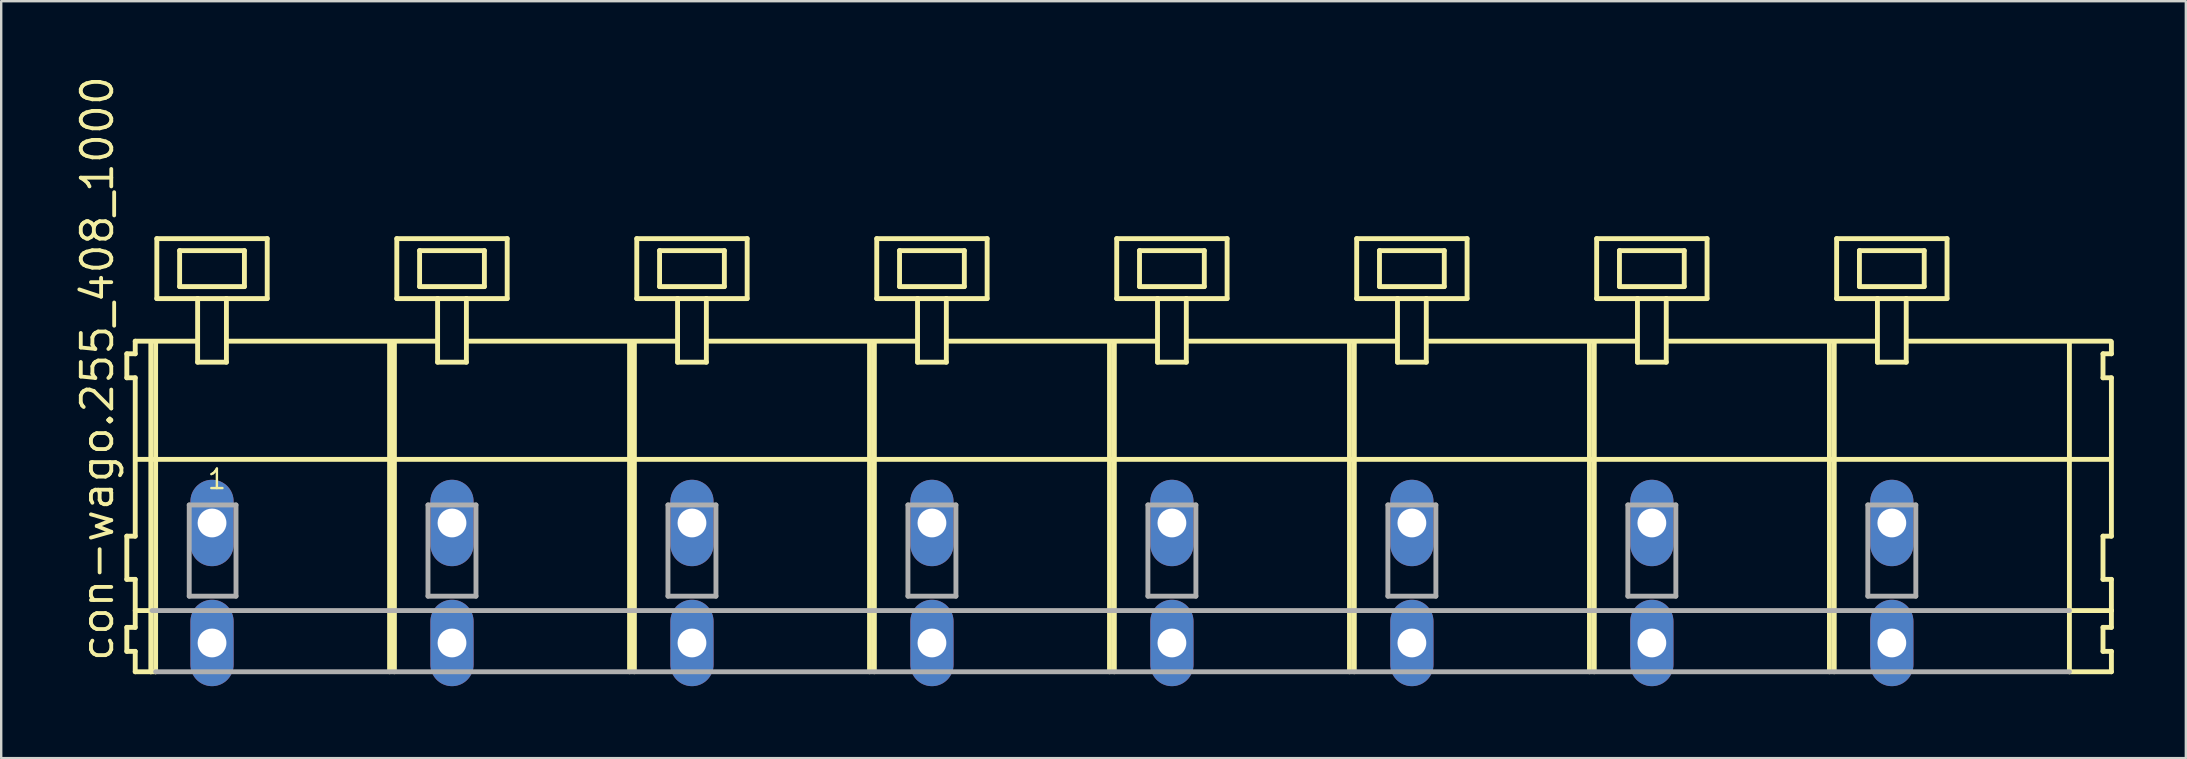
<source format=kicad_pcb>
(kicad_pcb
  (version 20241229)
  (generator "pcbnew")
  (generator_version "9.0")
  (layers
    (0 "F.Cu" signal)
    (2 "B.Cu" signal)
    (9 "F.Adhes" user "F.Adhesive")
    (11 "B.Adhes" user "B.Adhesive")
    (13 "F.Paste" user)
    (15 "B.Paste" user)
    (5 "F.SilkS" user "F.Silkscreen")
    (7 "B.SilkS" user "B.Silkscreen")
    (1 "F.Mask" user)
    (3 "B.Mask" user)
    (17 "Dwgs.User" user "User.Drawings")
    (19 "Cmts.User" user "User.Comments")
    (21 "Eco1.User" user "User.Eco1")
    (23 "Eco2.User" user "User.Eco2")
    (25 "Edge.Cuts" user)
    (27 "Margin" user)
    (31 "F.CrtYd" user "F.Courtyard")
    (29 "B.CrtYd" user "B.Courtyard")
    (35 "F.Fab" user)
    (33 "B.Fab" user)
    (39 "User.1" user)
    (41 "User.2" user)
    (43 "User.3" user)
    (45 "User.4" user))
  (footprint "con-wago.255_408_1000"
    (layer "F.Cu")
    (at 43.285 18.743)
    (property "Reference" "con-wago.255_408_1000" (at -41.535 5.855 90) (layer "F.SilkS") (effects (font (size 1.27 1.27) (thickness 0.16)) (justify left bottom)))
    (attr through_hole)
    (fp_line (start -41.05 -7.05) (end -41.05 -6.05) (stroke (width 0.203) (type default)) (layer "F.SilkS"))
    (fp_line (start -41.05 -6.05) (end -40.7 -6.05) (stroke (width 0.203) (type default)) (layer "F.SilkS"))
    (fp_line (start -41.05 0.55) (end -41.05 2.35) (stroke (width 0.203) (type default)) (layer "F.SilkS"))
    (fp_line (start -41.05 2.35) (end -40.7 2.35) (stroke (width 0.203) (type default)) (layer "F.SilkS"))
    (fp_line (start -41.05 4.35) (end -41.05 5.35) (stroke (width 0.203) (type default)) (layer "F.SilkS"))
    (fp_line (start -41.05 5.35) (end -40.7 5.35) (stroke (width 0.203) (type default)) (layer "F.SilkS"))
    (fp_line (start -40.7 -7.575) (end -40.7 -7.05) (stroke (width 0.203) (type default)) (layer "F.SilkS"))
    (fp_line (start -40.7 -7.575) (end -38.125 -7.575) (stroke (width 0.203) (type default)) (layer "F.SilkS"))
    (fp_line (start -40.7 -7.05) (end -41.05 -7.05) (stroke (width 0.203) (type default)) (layer "F.SilkS"))
    (fp_line (start -40.7 -6.05) (end -40.7 0.55) (stroke (width 0.203) (type default)) (layer "F.SilkS"))
    (fp_line (start -40.7 0.55) (end -41.05 0.55) (stroke (width 0.203) (type default)) (layer "F.SilkS"))
    (fp_line (start -40.7 2.35) (end -40.7 4.35) (stroke (width 0.203) (type default)) (layer "F.SilkS"))
    (fp_line (start -40.7 3.65) (end -40 3.65) (stroke (width 0.203) (type default)) (layer "F.SilkS"))
    (fp_line (start -40.7 4.35) (end -41.05 4.35) (stroke (width 0.203) (type default)) (layer "F.SilkS"))
    (fp_line (start -40.7 5.35) (end -40.7 6.2) (stroke (width 0.203) (type default)) (layer "F.SilkS"))
    (fp_line (start -40.7 6.2) (end -40.05 6.2) (stroke (width 0.203) (type default)) (layer "F.SilkS"))
    (fp_line (start -40.65 -2.65) (end 41.6 -2.65) (stroke (width 0.203) (type default)) (layer "F.SilkS"))
    (fp_line (start -40.05 -7.55) (end -40.05 6.2) (stroke (width 0.203) (type default)) (layer "F.SilkS"))
    (fp_line (start -40.05 6.2) (end -39.85 6.2) (stroke (width 0.203) (type default)) (layer "F.SilkS"))
    (fp_line (start -39.85 -7.55) (end -39.85 6.2) (stroke (width 0.203) (type default)) (layer "F.SilkS"))
    (fp_line (start -39.8 -11.85) (end -39.8 -9.35) (stroke (width 0.203) (type default)) (layer "F.SilkS"))
    (fp_line (start -39.8 -9.35) (end -38.1 -9.35) (stroke (width 0.203) (type default)) (layer "F.SilkS"))
    (fp_line (start -38.85 -11.35) (end -38.85 -9.85) (stroke (width 0.203) (type default)) (layer "F.SilkS"))
    (fp_line (start -38.85 -9.85) (end -36.15 -9.85) (stroke (width 0.203) (type default)) (layer "F.SilkS"))
    (fp_line (start -38.1 -9.35) (end -38.1 -6.7) (stroke (width 0.203) (type default)) (layer "F.SilkS"))
    (fp_line (start -38.1 -9.35) (end -36.9 -9.35) (stroke (width 0.203) (type default)) (layer "F.SilkS"))
    (fp_line (start -38.1 -6.7) (end -36.9 -6.7) (stroke (width 0.203) (type default)) (layer "F.SilkS"))
    (fp_line (start -36.9 -9.35) (end -35.2 -9.35) (stroke (width 0.203) (type default)) (layer "F.SilkS"))
    (fp_line (start -36.9 -6.7) (end -36.9 -9.35) (stroke (width 0.203) (type default)) (layer "F.SilkS"))
    (fp_line (start -36.825 -7.575) (end -28.125 -7.575) (stroke (width 0.203) (type default)) (layer "F.SilkS"))
    (fp_line (start -36.15 -11.35) (end -38.85 -11.35) (stroke (width 0.203) (type default)) (layer "F.SilkS"))
    (fp_line (start -36.15 -9.85) (end -36.15 -11.35) (stroke (width 0.203) (type default)) (layer "F.SilkS"))
    (fp_line (start -35.2 -11.85) (end -39.8 -11.85) (stroke (width 0.203) (type default)) (layer "F.SilkS"))
    (fp_line (start -35.2 -9.35) (end -35.2 -11.85) (stroke (width 0.203) (type default)) (layer "F.SilkS"))
    (fp_line (start -30.1 -7.55) (end -30.1 6.2) (stroke (width 0.203) (type default)) (layer "F.SilkS"))
    (fp_line (start -29.9 -7.55) (end -29.9 6.2) (stroke (width 0.203) (type default)) (layer "F.SilkS"))
    (fp_line (start -29.8 -11.85) (end -29.8 -9.35) (stroke (width 0.203) (type default)) (layer "F.SilkS"))
    (fp_line (start -29.8 -9.35) (end -28.1 -9.35) (stroke (width 0.203) (type default)) (layer "F.SilkS"))
    (fp_line (start -28.85 -11.35) (end -28.85 -9.85) (stroke (width 0.203) (type default)) (layer "F.SilkS"))
    (fp_line (start -28.85 -9.85) (end -26.15 -9.85) (stroke (width 0.203) (type default)) (layer "F.SilkS"))
    (fp_line (start -28.1 -9.35) (end -28.1 -6.7) (stroke (width 0.203) (type default)) (layer "F.SilkS"))
    (fp_line (start -28.1 -9.35) (end -26.9 -9.35) (stroke (width 0.203) (type default)) (layer "F.SilkS"))
    (fp_line (start -28.1 -6.7) (end -26.9 -6.7) (stroke (width 0.203) (type default)) (layer "F.SilkS"))
    (fp_line (start -26.9 -9.35) (end -25.2 -9.35) (stroke (width 0.203) (type default)) (layer "F.SilkS"))
    (fp_line (start -26.9 -6.7) (end -26.9 -9.35) (stroke (width 0.203) (type default)) (layer "F.SilkS"))
    (fp_line (start -26.825 -7.575) (end -18.125 -7.575) (stroke (width 0.203) (type default)) (layer "F.SilkS"))
    (fp_line (start -26.15 -11.35) (end -28.85 -11.35) (stroke (width 0.203) (type default)) (layer "F.SilkS"))
    (fp_line (start -26.15 -9.85) (end -26.15 -11.35) (stroke (width 0.203) (type default)) (layer "F.SilkS"))
    (fp_line (start -25.2 -11.85) (end -29.8 -11.85) (stroke (width 0.203) (type default)) (layer "F.SilkS"))
    (fp_line (start -25.2 -9.35) (end -25.2 -11.85) (stroke (width 0.203) (type default)) (layer "F.SilkS"))
    (fp_line (start -20.1 -7.55) (end -20.1 6.2) (stroke (width 0.203) (type default)) (layer "F.SilkS"))
    (fp_line (start -19.9 -7.55) (end -19.9 6.2) (stroke (width 0.203) (type default)) (layer "F.SilkS"))
    (fp_line (start -19.8 -11.85) (end -19.8 -9.35) (stroke (width 0.203) (type default)) (layer "F.SilkS"))
    (fp_line (start -19.8 -9.35) (end -18.1 -9.35) (stroke (width 0.203) (type default)) (layer "F.SilkS"))
    (fp_line (start -18.85 -11.35) (end -18.85 -9.85) (stroke (width 0.203) (type default)) (layer "F.SilkS"))
    (fp_line (start -18.85 -9.85) (end -16.15 -9.85) (stroke (width 0.203) (type default)) (layer "F.SilkS"))
    (fp_line (start -18.1 -9.35) (end -18.1 -6.7) (stroke (width 0.203) (type default)) (layer "F.SilkS"))
    (fp_line (start -18.1 -9.35) (end -16.9 -9.35) (stroke (width 0.203) (type default)) (layer "F.SilkS"))
    (fp_line (start -18.1 -6.7) (end -16.9 -6.7) (stroke (width 0.203) (type default)) (layer "F.SilkS"))
    (fp_line (start -16.9 -9.35) (end -15.2 -9.35) (stroke (width 0.203) (type default)) (layer "F.SilkS"))
    (fp_line (start -16.9 -6.7) (end -16.9 -9.35) (stroke (width 0.203) (type default)) (layer "F.SilkS"))
    (fp_line (start -16.825 -7.575) (end -8.125 -7.575) (stroke (width 0.203) (type default)) (layer "F.SilkS"))
    (fp_line (start -16.15 -11.35) (end -18.85 -11.35) (stroke (width 0.203) (type default)) (layer "F.SilkS"))
    (fp_line (start -16.15 -9.85) (end -16.15 -11.35) (stroke (width 0.203) (type default)) (layer "F.SilkS"))
    (fp_line (start -15.2 -11.85) (end -19.8 -11.85) (stroke (width 0.203) (type default)) (layer "F.SilkS"))
    (fp_line (start -15.2 -9.35) (end -15.2 -11.85) (stroke (width 0.203) (type default)) (layer "F.SilkS"))
    (fp_line (start -10.1 -7.55) (end -10.1 6.2) (stroke (width 0.203) (type default)) (layer "F.SilkS"))
    (fp_line (start -9.9 -7.55) (end -9.9 6.2) (stroke (width 0.203) (type default)) (layer "F.SilkS"))
    (fp_line (start -9.8 -11.85) (end -9.8 -9.35) (stroke (width 0.203) (type default)) (layer "F.SilkS"))
    (fp_line (start -9.8 -9.35) (end -8.1 -9.35) (stroke (width 0.203) (type default)) (layer "F.SilkS"))
    (fp_line (start -8.85 -11.35) (end -8.85 -9.85) (stroke (width 0.203) (type default)) (layer "F.SilkS"))
    (fp_line (start -8.85 -9.85) (end -6.15 -9.85) (stroke (width 0.203) (type default)) (layer "F.SilkS"))
    (fp_line (start -8.1 -9.35) (end -8.1 -6.7) (stroke (width 0.203) (type default)) (layer "F.SilkS"))
    (fp_line (start -8.1 -9.35) (end -6.9 -9.35) (stroke (width 0.203) (type default)) (layer "F.SilkS"))
    (fp_line (start -8.1 -6.7) (end -6.9 -6.7) (stroke (width 0.203) (type default)) (layer "F.SilkS"))
    (fp_line (start -6.9 -9.35) (end -5.2 -9.35) (stroke (width 0.203) (type default)) (layer "F.SilkS"))
    (fp_line (start -6.9 -6.7) (end -6.9 -9.35) (stroke (width 0.203) (type default)) (layer "F.SilkS"))
    (fp_line (start -6.825 -7.575) (end 1.875 -7.575) (stroke (width 0.203) (type default)) (layer "F.SilkS"))
    (fp_line (start -6.15 -11.35) (end -8.85 -11.35) (stroke (width 0.203) (type default)) (layer "F.SilkS"))
    (fp_line (start -6.15 -9.85) (end -6.15 -11.35) (stroke (width 0.203) (type default)) (layer "F.SilkS"))
    (fp_line (start -5.2 -11.85) (end -9.8 -11.85) (stroke (width 0.203) (type default)) (layer "F.SilkS"))
    (fp_line (start -5.2 -9.35) (end -5.2 -11.85) (stroke (width 0.203) (type default)) (layer "F.SilkS"))
    (fp_line (start -0.1 -7.55) (end -0.1 6.2) (stroke (width 0.203) (type default)) (layer "F.SilkS"))
    (fp_line (start 0.1 -7.55) (end 0.1 6.2) (stroke (width 0.203) (type default)) (layer "F.SilkS"))
    (fp_line (start 0.2 -11.85) (end 0.2 -9.35) (stroke (width 0.203) (type default)) (layer "F.SilkS"))
    (fp_line (start 0.2 -9.35) (end 1.9 -9.35) (stroke (width 0.203) (type default)) (layer "F.SilkS"))
    (fp_line (start 1.15 -11.35) (end 1.15 -9.85) (stroke (width 0.203) (type default)) (layer "F.SilkS"))
    (fp_line (start 1.15 -9.85) (end 3.85 -9.85) (stroke (width 0.203) (type default)) (layer "F.SilkS"))
    (fp_line (start 1.9 -9.35) (end 1.9 -6.7) (stroke (width 0.203) (type default)) (layer "F.SilkS"))
    (fp_line (start 1.9 -9.35) (end 3.1 -9.35) (stroke (width 0.203) (type default)) (layer "F.SilkS"))
    (fp_line (start 1.9 -6.7) (end 3.1 -6.7) (stroke (width 0.203) (type default)) (layer "F.SilkS"))
    (fp_line (start 3.1 -9.35) (end 4.8 -9.35) (stroke (width 0.203) (type default)) (layer "F.SilkS"))
    (fp_line (start 3.1 -6.7) (end 3.1 -9.35) (stroke (width 0.203) (type default)) (layer "F.SilkS"))
    (fp_line (start 3.175 -7.575) (end 11.875 -7.575) (stroke (width 0.203) (type default)) (layer "F.SilkS"))
    (fp_line (start 3.85 -11.35) (end 1.15 -11.35) (stroke (width 0.203) (type default)) (layer "F.SilkS"))
    (fp_line (start 3.85 -9.85) (end 3.85 -11.35) (stroke (width 0.203) (type default)) (layer "F.SilkS"))
    (fp_line (start 4.8 -11.85) (end 0.2 -11.85) (stroke (width 0.203) (type default)) (layer "F.SilkS"))
    (fp_line (start 4.8 -9.35) (end 4.8 -11.85) (stroke (width 0.203) (type default)) (layer "F.SilkS"))
    (fp_line (start 9.9 -7.55) (end 9.9 6.2) (stroke (width 0.203) (type default)) (layer "F.SilkS"))
    (fp_line (start 10.1 -7.55) (end 10.1 6.2) (stroke (width 0.203) (type default)) (layer "F.SilkS"))
    (fp_line (start 10.2 -11.85) (end 10.2 -9.35) (stroke (width 0.203) (type default)) (layer "F.SilkS"))
    (fp_line (start 10.2 -9.35) (end 11.9 -9.35) (stroke (width 0.203) (type default)) (layer "F.SilkS"))
    (fp_line (start 11.15 -11.35) (end 11.15 -9.85) (stroke (width 0.203) (type default)) (layer "F.SilkS"))
    (fp_line (start 11.15 -9.85) (end 13.85 -9.85) (stroke (width 0.203) (type default)) (layer "F.SilkS"))
    (fp_line (start 11.9 -9.35) (end 11.9 -6.7) (stroke (width 0.203) (type default)) (layer "F.SilkS"))
    (fp_line (start 11.9 -9.35) (end 13.1 -9.35) (stroke (width 0.203) (type default)) (layer "F.SilkS"))
    (fp_line (start 11.9 -6.7) (end 13.1 -6.7) (stroke (width 0.203) (type default)) (layer "F.SilkS"))
    (fp_line (start 13.1 -9.35) (end 14.8 -9.35) (stroke (width 0.203) (type default)) (layer "F.SilkS"))
    (fp_line (start 13.1 -6.7) (end 13.1 -9.35) (stroke (width 0.203) (type default)) (layer "F.SilkS"))
    (fp_line (start 13.175 -7.575) (end 21.875 -7.575) (stroke (width 0.203) (type default)) (layer "F.SilkS"))
    (fp_line (start 13.85 -11.35) (end 11.15 -11.35) (stroke (width 0.203) (type default)) (layer "F.SilkS"))
    (fp_line (start 13.85 -9.85) (end 13.85 -11.35) (stroke (width 0.203) (type default)) (layer "F.SilkS"))
    (fp_line (start 14.8 -11.85) (end 10.2 -11.85) (stroke (width 0.203) (type default)) (layer "F.SilkS"))
    (fp_line (start 14.8 -9.35) (end 14.8 -11.85) (stroke (width 0.203) (type default)) (layer "F.SilkS"))
    (fp_line (start 19.9 -7.55) (end 19.9 6.2) (stroke (width 0.203) (type default)) (layer "F.SilkS"))
    (fp_line (start 20.1 -7.55) (end 20.1 6.2) (stroke (width 0.203) (type default)) (layer "F.SilkS"))
    (fp_line (start 20.2 -11.85) (end 20.2 -9.35) (stroke (width 0.203) (type default)) (layer "F.SilkS"))
    (fp_line (start 20.2 -9.35) (end 21.9 -9.35) (stroke (width 0.203) (type default)) (layer "F.SilkS"))
    (fp_line (start 21.15 -11.35) (end 21.15 -9.85) (stroke (width 0.203) (type default)) (layer "F.SilkS"))
    (fp_line (start 21.15 -9.85) (end 23.85 -9.85) (stroke (width 0.203) (type default)) (layer "F.SilkS"))
    (fp_line (start 21.9 -9.35) (end 21.9 -6.7) (stroke (width 0.203) (type default)) (layer "F.SilkS"))
    (fp_line (start 21.9 -9.35) (end 23.1 -9.35) (stroke (width 0.203) (type default)) (layer "F.SilkS"))
    (fp_line (start 21.9 -6.7) (end 23.1 -6.7) (stroke (width 0.203) (type default)) (layer "F.SilkS"))
    (fp_line (start 23.1 -9.35) (end 24.8 -9.35) (stroke (width 0.203) (type default)) (layer "F.SilkS"))
    (fp_line (start 23.1 -6.7) (end 23.1 -9.35) (stroke (width 0.203) (type default)) (layer "F.SilkS"))
    (fp_line (start 23.175 -7.575) (end 31.875 -7.575) (stroke (width 0.203) (type default)) (layer "F.SilkS"))
    (fp_line (start 23.85 -11.35) (end 21.15 -11.35) (stroke (width 0.203) (type default)) (layer "F.SilkS"))
    (fp_line (start 23.85 -9.85) (end 23.85 -11.35) (stroke (width 0.203) (type default)) (layer "F.SilkS"))
    (fp_line (start 24.8 -11.85) (end 20.2 -11.85) (stroke (width 0.203) (type default)) (layer "F.SilkS"))
    (fp_line (start 24.8 -9.35) (end 24.8 -11.85) (stroke (width 0.203) (type default)) (layer "F.SilkS"))
    (fp_line (start 29.9 -7.55) (end 29.9 6.2) (stroke (width 0.203) (type default)) (layer "F.SilkS"))
    (fp_line (start 30.1 -7.55) (end 30.1 6.2) (stroke (width 0.203) (type default)) (layer "F.SilkS"))
    (fp_line (start 30.2 -11.85) (end 30.2 -9.35) (stroke (width 0.203) (type default)) (layer "F.SilkS"))
    (fp_line (start 30.2 -9.35) (end 31.9 -9.35) (stroke (width 0.203) (type default)) (layer "F.SilkS"))
    (fp_line (start 31.15 -11.35) (end 31.15 -9.85) (stroke (width 0.203) (type default)) (layer "F.SilkS"))
    (fp_line (start 31.15 -9.85) (end 33.85 -9.85) (stroke (width 0.203) (type default)) (layer "F.SilkS"))
    (fp_line (start 31.9 -9.35) (end 31.9 -6.7) (stroke (width 0.203) (type default)) (layer "F.SilkS"))
    (fp_line (start 31.9 -9.35) (end 33.1 -9.35) (stroke (width 0.203) (type default)) (layer "F.SilkS"))
    (fp_line (start 31.9 -6.7) (end 33.1 -6.7) (stroke (width 0.203) (type default)) (layer "F.SilkS"))
    (fp_line (start 33.1 -9.35) (end 34.8 -9.35) (stroke (width 0.203) (type default)) (layer "F.SilkS"))
    (fp_line (start 33.1 -6.7) (end 33.1 -9.35) (stroke (width 0.203) (type default)) (layer "F.SilkS"))
    (fp_line (start 33.125 -7.575) (end 41.625 -7.575) (stroke (width 0.203) (type default)) (layer "F.SilkS"))
    (fp_line (start 33.85 -11.35) (end 31.15 -11.35) (stroke (width 0.203) (type default)) (layer "F.SilkS"))
    (fp_line (start 33.85 -9.85) (end 33.85 -11.35) (stroke (width 0.203) (type default)) (layer "F.SilkS"))
    (fp_line (start 34.8 -11.85) (end 30.2 -11.85) (stroke (width 0.203) (type default)) (layer "F.SilkS"))
    (fp_line (start 34.8 -9.35) (end 34.8 -11.85) (stroke (width 0.203) (type default)) (layer "F.SilkS"))
    (fp_line (start 39.9 -7.55) (end 39.9 6.2) (stroke (width 0.203) (type default)) (layer "F.SilkS"))
    (fp_line (start 39.9 6.2) (end 41.65 6.2) (stroke (width 0.203) (type default)) (layer "F.SilkS"))
    (fp_line (start 39.95 3.65) (end 41.65 3.65) (stroke (width 0.203) (type default)) (layer "F.SilkS"))
    (fp_line (start 41.3 -7.05) (end 41.3 -6.05) (stroke (width 0.203) (type default)) (layer "F.SilkS"))
    (fp_line (start 41.3 -6.05) (end 41.65 -6.05) (stroke (width 0.203) (type default)) (layer "F.SilkS"))
    (fp_line (start 41.3 0.55) (end 41.3 2.35) (stroke (width 0.203) (type default)) (layer "F.SilkS"))
    (fp_line (start 41.3 2.35) (end 41.65 2.35) (stroke (width 0.203) (type default)) (layer "F.SilkS"))
    (fp_line (start 41.3 4.35) (end 41.3 5.35) (stroke (width 0.203) (type default)) (layer "F.SilkS"))
    (fp_line (start 41.3 5.35) (end 41.65 5.35) (stroke (width 0.203) (type default)) (layer "F.SilkS"))
    (fp_line (start 41.65 -7.05) (end 41.3 -7.05) (stroke (width 0.203) (type default)) (layer "F.SilkS"))
    (fp_line (start 41.65 -7.05) (end 41.65 -7.55) (stroke (width 0.203) (type default)) (layer "F.SilkS"))
    (fp_line (start 41.65 0.55) (end 41.3 0.55) (stroke (width 0.203) (type default)) (layer "F.SilkS"))
    (fp_line (start 41.65 0.55) (end 41.65 -6.05) (stroke (width 0.203) (type default)) (layer "F.SilkS"))
    (fp_line (start 41.65 3.65) (end 41.65 2.35) (stroke (width 0.203) (type default)) (layer "F.SilkS"))
    (fp_line (start 41.65 4.35) (end 41.3 4.35) (stroke (width 0.203) (type default)) (layer "F.SilkS"))
    (fp_line (start 41.65 4.35) (end 41.65 3.65) (stroke (width 0.203) (type default)) (layer "F.SilkS"))
    (fp_line (start 41.65 6.2) (end 41.65 5.35) (stroke (width 0.203) (type default)) (layer "F.SilkS"))
    (fp_line (start -40 3.65) (end 39.9 3.65) (stroke (width 0.203) (type default)) (layer "F.Fab"))
    (fp_line (start -39.85 6.2) (end 39.9 6.2) (stroke (width 0.203) (type default)) (layer "F.Fab"))
    (fp_line (start -38.45 -0.75) (end -38.45 3.05) (stroke (width 0.203) (type default)) (layer "F.Fab"))
    (fp_line (start -38.45 3.05) (end -36.5 3.05) (stroke (width 0.203) (type default)) (layer "F.Fab"))
    (fp_line (start -36.5 -0.75) (end -38.45 -0.75) (stroke (width 0.203) (type default)) (layer "F.Fab"))
    (fp_line (start -36.5 3.05) (end -36.5 -0.75) (stroke (width 0.203) (type default)) (layer "F.Fab"))
    (fp_line (start -28.5 -0.75) (end -28.5 3.05) (stroke (width 0.203) (type default)) (layer "F.Fab"))
    (fp_line (start -28.5 3.05) (end -26.5 3.05) (stroke (width 0.203) (type default)) (layer "F.Fab"))
    (fp_line (start -26.5 -0.75) (end -28.5 -0.75) (stroke (width 0.203) (type default)) (layer "F.Fab"))
    (fp_line (start -26.5 3.05) (end -26.5 -0.75) (stroke (width 0.203) (type default)) (layer "F.Fab"))
    (fp_line (start -18.5 -0.75) (end -18.5 3.05) (stroke (width 0.203) (type default)) (layer "F.Fab"))
    (fp_line (start -18.5 3.05) (end -16.5 3.05) (stroke (width 0.203) (type default)) (layer "F.Fab"))
    (fp_line (start -16.5 -0.75) (end -18.5 -0.75) (stroke (width 0.203) (type default)) (layer "F.Fab"))
    (fp_line (start -16.5 3.05) (end -16.5 -0.75) (stroke (width 0.203) (type default)) (layer "F.Fab"))
    (fp_line (start -8.5 -0.75) (end -8.5 3.05) (stroke (width 0.203) (type default)) (layer "F.Fab"))
    (fp_line (start -8.5 3.05) (end -6.5 3.05) (stroke (width 0.203) (type default)) (layer "F.Fab"))
    (fp_line (start -6.5 -0.75) (end -8.5 -0.75) (stroke (width 0.203) (type default)) (layer "F.Fab"))
    (fp_line (start -6.5 3.05) (end -6.5 -0.75) (stroke (width 0.203) (type default)) (layer "F.Fab"))
    (fp_line (start 1.5 -0.75) (end 1.5 3.05) (stroke (width 0.203) (type default)) (layer "F.Fab"))
    (fp_line (start 1.5 3.05) (end 3.5 3.05) (stroke (width 0.203) (type default)) (layer "F.Fab"))
    (fp_line (start 3.5 -0.75) (end 1.5 -0.75) (stroke (width 0.203) (type default)) (layer "F.Fab"))
    (fp_line (start 3.5 3.05) (end 3.5 -0.75) (stroke (width 0.203) (type default)) (layer "F.Fab"))
    (fp_line (start 11.5 -0.75) (end 11.5 3.05) (stroke (width 0.203) (type default)) (layer "F.Fab"))
    (fp_line (start 11.5 3.05) (end 13.5 3.05) (stroke (width 0.203) (type default)) (layer "F.Fab"))
    (fp_line (start 13.5 -0.75) (end 11.5 -0.75) (stroke (width 0.203) (type default)) (layer "F.Fab"))
    (fp_line (start 13.5 3.05) (end 13.5 -0.75) (stroke (width 0.203) (type default)) (layer "F.Fab"))
    (fp_line (start 21.5 -0.75) (end 21.5 3.05) (stroke (width 0.203) (type default)) (layer "F.Fab"))
    (fp_line (start 21.5 3.05) (end 23.5 3.05) (stroke (width 0.203) (type default)) (layer "F.Fab"))
    (fp_line (start 23.5 -0.75) (end 21.5 -0.75) (stroke (width 0.203) (type default)) (layer "F.Fab"))
    (fp_line (start 23.5 3.05) (end 23.5 -0.75) (stroke (width 0.203) (type default)) (layer "F.Fab"))
    (fp_line (start 31.5 -0.75) (end 31.5 3.05) (stroke (width 0.203) (type default)) (layer "F.Fab"))
    (fp_line (start 31.5 3.05) (end 33.5 3.05) (stroke (width 0.203) (type default)) (layer "F.Fab"))
    (fp_line (start 33.5 -0.75) (end 31.5 -0.75) (stroke (width 0.203) (type default)) (layer "F.Fab"))
    (fp_line (start 33.5 3.05) (end 33.5 -0.75) (stroke (width 0.203) (type default)) (layer "F.Fab"))
    (fp_text user "1" (at -37.75 -1.35 0) (layer "F.SilkS") (effects (font (size 0.813 0.813) (thickness 0.1)) (justify left bottom)))
    (pad "A1" thru_hole oval (at -37.5 0 90) (size 3.6 1.8) (drill 1.2) (layers "*.Cu" "*.Mask"))
    (pad "A2" thru_hole oval (at -27.5 0 90) (size 3.6 1.8) (drill 1.2) (layers "*.Cu" "*.Mask"))
    (pad "A3" thru_hole oval (at -17.5 0 90) (size 3.6 1.8) (drill 1.2) (layers "*.Cu" "*.Mask"))
    (pad "A4" thru_hole oval (at -7.5 0 90) (size 3.6 1.8) (drill 1.2) (layers "*.Cu" "*.Mask"))
    (pad "A5" thru_hole oval (at 2.5 0 90) (size 3.6 1.8) (drill 1.2) (layers "*.Cu" "*.Mask"))
    (pad "A6" thru_hole oval (at 12.5 0 90) (size 3.6 1.8) (drill 1.2) (layers "*.Cu" "*.Mask"))
    (pad "A7" thru_hole oval (at 22.5 0 90) (size 3.6 1.8) (drill 1.2) (layers "*.Cu" "*.Mask"))
    (pad "A8" thru_hole oval (at 32.5 0 90) (size 3.6 1.8) (drill 1.2) (layers "*.Cu" "*.Mask"))
    (pad "B1" thru_hole oval (at -37.5 5 90) (size 3.6 1.8) (drill 1.2) (layers "*.Cu" "*.Mask"))
    (pad "B2" thru_hole oval (at -27.5 5 90) (size 3.6 1.8) (drill 1.2) (layers "*.Cu" "*.Mask"))
    (pad "B3" thru_hole oval (at -17.5 5 90) (size 3.6 1.8) (drill 1.2) (layers "*.Cu" "*.Mask"))
    (pad "B4" thru_hole oval (at -7.5 5 90) (size 3.6 1.8) (drill 1.2) (layers "*.Cu" "*.Mask"))
    (pad "B5" thru_hole oval (at 2.5 5 90) (size 3.6 1.8) (drill 1.2) (layers "*.Cu" "*.Mask"))
    (pad "B6" thru_hole oval (at 12.5 5 90) (size 3.6 1.8) (drill 1.2) (layers "*.Cu" "*.Mask"))
    (pad "B7" thru_hole oval (at 22.5 5 90) (size 3.6 1.8) (drill 1.2) (layers "*.Cu" "*.Mask"))
    (pad "B8" thru_hole oval (at 32.5 5 90) (size 3.6 1.8) (drill 1.2) (layers "*.Cu" "*.Mask")))
  (gr_rect
    (start -3 -3)
    (end 88.037 28.543)
    (stroke (width 0.1) (type default))
    (fill no)
    (layer "Edge.Cuts")))
</source>
